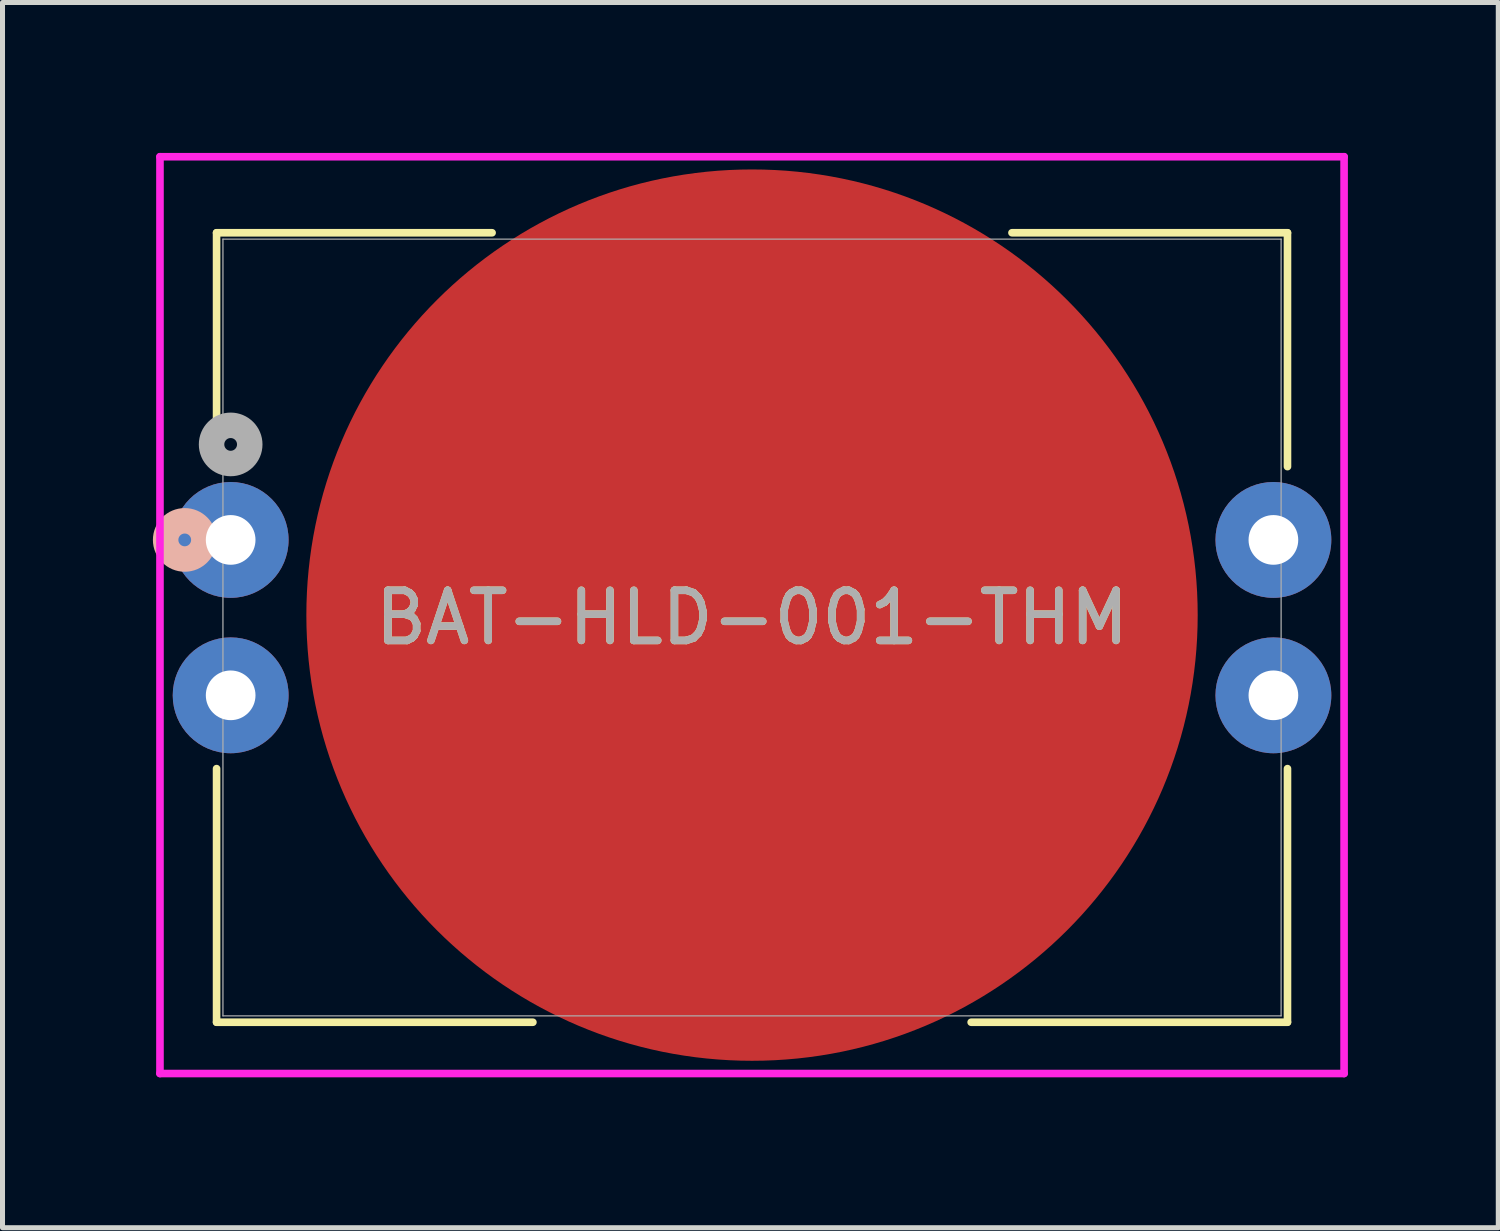
<source format=kicad_pcb>
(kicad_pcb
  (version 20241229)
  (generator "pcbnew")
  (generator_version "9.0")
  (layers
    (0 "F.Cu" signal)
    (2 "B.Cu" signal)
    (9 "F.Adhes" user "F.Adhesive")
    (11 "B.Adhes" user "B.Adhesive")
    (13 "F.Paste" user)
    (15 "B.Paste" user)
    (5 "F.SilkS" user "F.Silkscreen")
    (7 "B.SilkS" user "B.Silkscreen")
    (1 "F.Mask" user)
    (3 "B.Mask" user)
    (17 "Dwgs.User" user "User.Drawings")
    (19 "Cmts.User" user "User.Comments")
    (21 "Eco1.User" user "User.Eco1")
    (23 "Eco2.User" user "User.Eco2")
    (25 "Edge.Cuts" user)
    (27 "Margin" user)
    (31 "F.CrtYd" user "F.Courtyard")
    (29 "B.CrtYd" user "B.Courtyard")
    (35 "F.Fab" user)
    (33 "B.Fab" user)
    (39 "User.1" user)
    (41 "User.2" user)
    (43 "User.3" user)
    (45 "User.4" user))
  (footprint "BAT-HLD-001-THM"
    (layer "F.Cu")
    (at 11.951 9.27)
    (property "Reference" "BAT-HLD-001-THM" (at 0 0 0) (unlocked yes) (layer "F.SilkS") (effects (font (size 1 1) (thickness 0.15))))
    (attr through_hole)
    (fp_line (start -10.681 -7.677) (end -10.681 -3.012) (stroke (width 0.152) (type solid)) (layer "F.SilkS"))
    (fp_line (start -10.681 3.012) (end -10.681 8.071) (stroke (width 0.152) (type solid)) (layer "F.SilkS"))
    (fp_line (start -10.681 8.071) (end -4.371 8.071) (stroke (width 0.152) (type solid)) (layer "F.SilkS"))
    (fp_line (start -5.185 -7.677) (end -10.681 -7.677) (stroke (width 0.152) (type solid)) (layer "F.SilkS"))
    (fp_line (start 4.371 8.071) (end 10.681 8.071) (stroke (width 0.152) (type solid)) (layer "F.SilkS"))
    (fp_line (start 10.681 -7.677) (end 5.185 -7.677) (stroke (width 0.152) (type solid)) (layer "F.SilkS"))
    (fp_line (start 10.681 -3.012) (end 10.681 -7.677) (stroke (width 0.152) (type solid)) (layer "F.SilkS"))
    (fp_line (start 10.681 8.071) (end 10.681 3.012) (stroke (width 0.152) (type solid)) (layer "F.SilkS"))
    (fp_circle (center -11.316 -1.55) (end -10.935 -1.55) (stroke (width 0.508) (type solid)) (fill no) (layer "B.SilkS"))
    (fp_line (start -11.81 -9.194) (end -11.81 9.094) (stroke (width 0.152) (type solid)) (layer "F.CrtYd"))
    (fp_line (start -11.81 9.094) (end 11.81 9.094) (stroke (width 0.152) (type solid)) (layer "F.CrtYd"))
    (fp_line (start 11.81 -9.194) (end -11.81 -9.194) (stroke (width 0.152) (type solid)) (layer "F.CrtYd"))
    (fp_line (start 11.81 9.094) (end 11.81 -9.194) (stroke (width 0.152) (type solid)) (layer "F.CrtYd"))
    (fp_line (start -10.554 -7.55) (end -10.554 7.944) (stroke (width 0.025) (type solid)) (layer "F.Fab"))
    (fp_line (start -10.554 7.944) (end 10.554 7.944) (stroke (width 0.025) (type solid)) (layer "F.Fab"))
    (fp_line (start 10.554 -7.55) (end -10.554 -7.55) (stroke (width 0.025) (type solid)) (layer "F.Fab"))
    (fp_line (start 10.554 7.944) (end 10.554 -7.55) (stroke (width 0.025) (type solid)) (layer "F.Fab"))
    (fp_circle (center -10.4 -3.455) (end -10.019 -3.455) (stroke (width 0.508) (type solid)) (fill no) (layer "F.Fab"))
    (fp_text user "${REFERENCE}" (at 0 0 0) (unlocked yes) (layer "F.Fab") (effects (font (size 1 1) (thickness 0.15))))
    (pad "1" thru_hole circle (at -10.4 -1.55) (size 2.311 2.311) (drill 0.991) (layers "*.Cu" "*.Mask"))
    (pad "2" thru_hole circle (at -10.4 1.55) (size 2.311 2.311) (drill 0.991) (layers "*.Cu" "*.Mask"))
    (pad "3" thru_hole circle (at 10.4 -1.55) (size 2.311 2.311) (drill 0.991) (layers "*.Cu" "*.Mask"))
    (pad "4" thru_hole circle (at 10.4 1.55) (size 2.311 2.311) (drill 0.991) (layers "*.Cu" "*.Mask"))
    (pad "5" smd circle (at 0 -0.05) (size 17.78 17.78) (layers "F.Cu" "F.Mask" "F.Paste")))
  (gr_rect
    (start -3 -3)
    (end 26.837 21.44)
    (stroke (width 0.1) (type default))
    (fill no)
    (layer "Edge.Cuts")))
</source>
